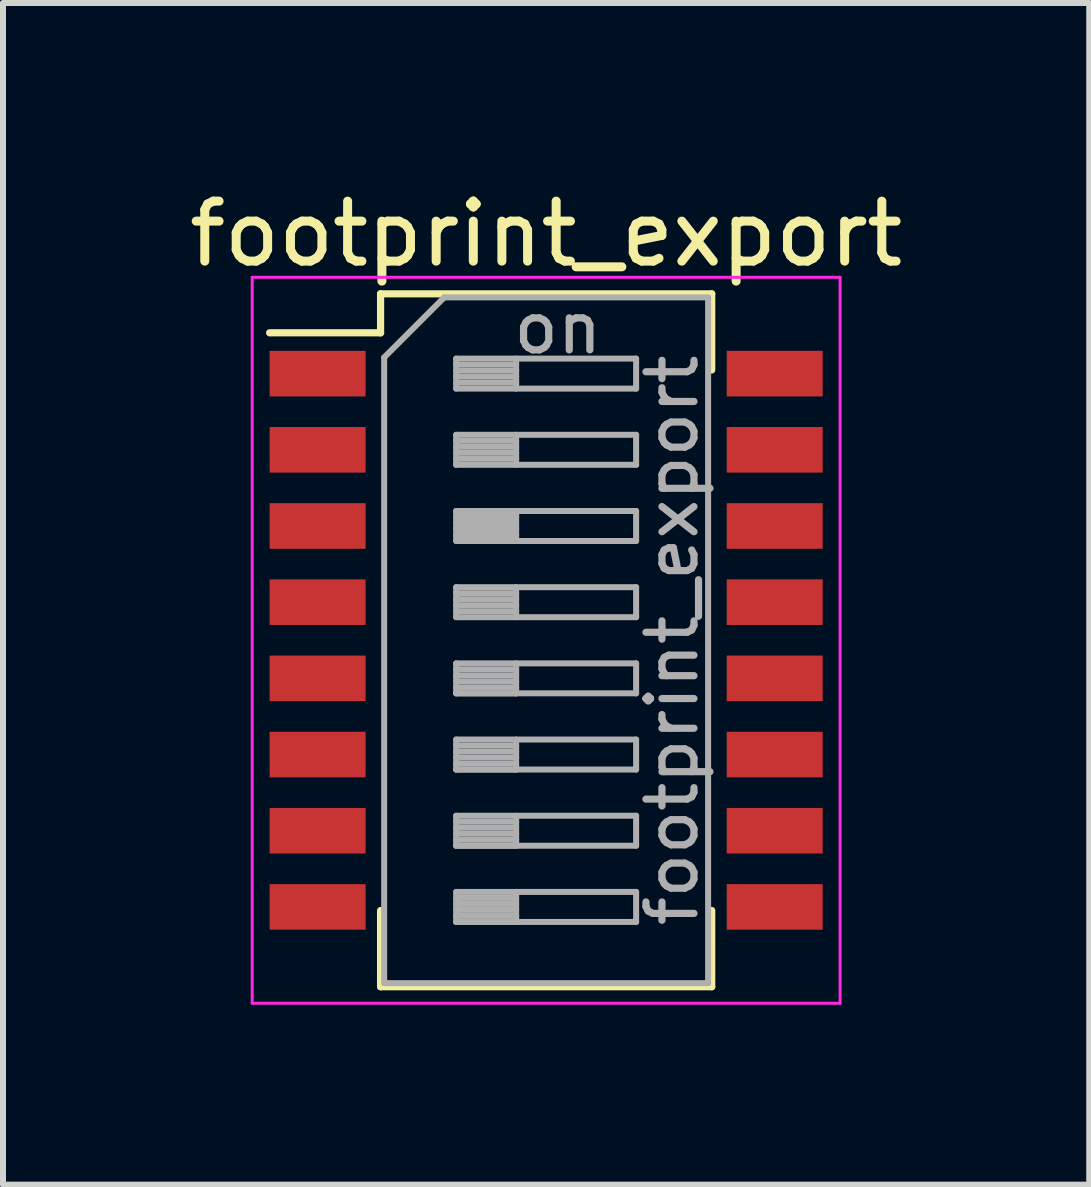
<source format=kicad_pcb>
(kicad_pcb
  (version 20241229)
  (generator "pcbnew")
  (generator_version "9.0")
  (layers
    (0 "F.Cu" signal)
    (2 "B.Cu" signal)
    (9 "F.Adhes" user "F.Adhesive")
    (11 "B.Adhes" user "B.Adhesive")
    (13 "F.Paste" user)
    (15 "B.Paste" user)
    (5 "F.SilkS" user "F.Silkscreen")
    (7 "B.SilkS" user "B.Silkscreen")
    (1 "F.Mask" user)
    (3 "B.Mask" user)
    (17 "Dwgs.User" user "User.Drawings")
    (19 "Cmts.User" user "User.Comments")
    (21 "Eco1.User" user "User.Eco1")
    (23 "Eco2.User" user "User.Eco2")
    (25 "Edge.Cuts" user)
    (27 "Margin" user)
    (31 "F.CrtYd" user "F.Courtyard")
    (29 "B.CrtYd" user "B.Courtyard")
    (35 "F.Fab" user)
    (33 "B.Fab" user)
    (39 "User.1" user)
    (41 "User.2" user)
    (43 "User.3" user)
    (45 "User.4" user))
  (footprint "footprint_export"
    (layer "F.Cu")
    (at 6.054 7.623)
    (property "Reference" "footprint_export" (at 0 -6.775 0) (layer "F.SilkS") (effects (font (size 1 1) (thickness 0.15))))
    (attr smd)
    (fp_line (start -4.61 -5.125) (end -2.76 -5.125) (stroke (width 0.12) (type solid)) (layer "F.SilkS"))
    (fp_line (start -2.76 -5.775) (end -2.76 -5.125) (stroke (width 0.12) (type solid)) (layer "F.SilkS"))
    (fp_line (start -2.76 -5.775) (end 2.76 -5.775) (stroke (width 0.12) (type solid)) (layer "F.SilkS"))
    (fp_line (start -2.76 4.505) (end -2.76 5.775) (stroke (width 0.12) (type solid)) (layer "F.SilkS"))
    (fp_line (start -2.76 5.775) (end 2.76 5.775) (stroke (width 0.12) (type solid)) (layer "F.SilkS"))
    (fp_line (start 2.76 -5.775) (end 2.76 -4.506) (stroke (width 0.12) (type solid)) (layer "F.SilkS"))
    (fp_line (start 2.76 4.505) (end 2.76 5.775) (stroke (width 0.12) (type solid)) (layer "F.SilkS"))
    (fp_line (start -4.9 -6.05) (end -4.9 6.05) (stroke (width 0.05) (type solid)) (layer "F.CrtYd"))
    (fp_line (start -4.9 6.05) (end 4.9 6.05) (stroke (width 0.05) (type solid)) (layer "F.CrtYd"))
    (fp_line (start 4.9 -6.05) (end -4.9 -6.05) (stroke (width 0.05) (type solid)) (layer "F.CrtYd"))
    (fp_line (start 4.9 6.05) (end 4.9 -6.05) (stroke (width 0.05) (type solid)) (layer "F.CrtYd"))
    (fp_line (start -2.7 -4.715) (end -1.7 -5.715) (stroke (width 0.1) (type solid)) (layer "F.Fab"))
    (fp_line (start -2.7 5.715) (end -2.7 -4.715) (stroke (width 0.1) (type solid)) (layer "F.Fab"))
    (fp_line (start -1.7 -5.715) (end 2.7 -5.715) (stroke (width 0.1) (type solid)) (layer "F.Fab"))
    (fp_line (start -1.5 -4.695) (end -1.5 -4.195) (stroke (width 0.1) (type solid)) (layer "F.Fab"))
    (fp_line (start -1.5 -4.595) (end -0.5 -4.595) (stroke (width 0.1) (type solid)) (layer "F.Fab"))
    (fp_line (start -1.5 -4.495) (end -0.5 -4.495) (stroke (width 0.1) (type solid)) (layer "F.Fab"))
    (fp_line (start -1.5 -4.395) (end -0.5 -4.395) (stroke (width 0.1) (type solid)) (layer "F.Fab"))
    (fp_line (start -1.5 -4.295) (end -0.5 -4.295) (stroke (width 0.1) (type solid)) (layer "F.Fab"))
    (fp_line (start -1.5 -4.195) (end 1.5 -4.195) (stroke (width 0.1) (type solid)) (layer "F.Fab"))
    (fp_line (start -1.5 -3.425) (end -1.5 -2.925) (stroke (width 0.1) (type solid)) (layer "F.Fab"))
    (fp_line (start -1.5 -3.325) (end -0.5 -3.325) (stroke (width 0.1) (type solid)) (layer "F.Fab"))
    (fp_line (start -1.5 -3.225) (end -0.5 -3.225) (stroke (width 0.1) (type solid)) (layer "F.Fab"))
    (fp_line (start -1.5 -3.125) (end -0.5 -3.125) (stroke (width 0.1) (type solid)) (layer "F.Fab"))
    (fp_line (start -1.5 -3.025) (end -0.5 -3.025) (stroke (width 0.1) (type solid)) (layer "F.Fab"))
    (fp_line (start -1.5 -2.925) (end 1.5 -2.925) (stroke (width 0.1) (type solid)) (layer "F.Fab"))
    (fp_line (start -1.5 -2.155) (end -1.5 -1.655) (stroke (width 0.1) (type solid)) (layer "F.Fab"))
    (fp_line (start -1.5 -2.055) (end -0.5 -2.055) (stroke (width 0.1) (type solid)) (layer "F.Fab"))
    (fp_line (start -1.5 -1.955) (end -0.5 -1.955) (stroke (width 0.1) (type solid)) (layer "F.Fab"))
    (fp_line (start -1.5 -1.855) (end -0.5 -1.855) (stroke (width 0.1) (type solid)) (layer "F.Fab"))
    (fp_line (start -1.5 -1.755) (end -0.5 -1.755) (stroke (width 0.1) (type solid)) (layer "F.Fab"))
    (fp_line (start -1.5 -1.655) (end 1.5 -1.655) (stroke (width 0.1) (type solid)) (layer "F.Fab"))
    (fp_line (start -1.5 -0.885) (end -1.5 -0.385) (stroke (width 0.1) (type solid)) (layer "F.Fab"))
    (fp_line (start -1.5 -0.785) (end -0.5 -0.785) (stroke (width 0.1) (type solid)) (layer "F.Fab"))
    (fp_line (start -1.5 -0.685) (end -0.5 -0.685) (stroke (width 0.1) (type solid)) (layer "F.Fab"))
    (fp_line (start -1.5 -0.585) (end -0.5 -0.585) (stroke (width 0.1) (type solid)) (layer "F.Fab"))
    (fp_line (start -1.5 -0.485) (end -0.5 -0.485) (stroke (width 0.1) (type solid)) (layer "F.Fab"))
    (fp_line (start -1.5 -0.385) (end 1.5 -0.385) (stroke (width 0.1) (type solid)) (layer "F.Fab"))
    (fp_line (start -1.5 0.385) (end -1.5 0.885) (stroke (width 0.1) (type solid)) (layer "F.Fab"))
    (fp_line (start -1.5 0.485) (end -0.5 0.485) (stroke (width 0.1) (type solid)) (layer "F.Fab"))
    (fp_line (start -1.5 0.585) (end -0.5 0.585) (stroke (width 0.1) (type solid)) (layer "F.Fab"))
    (fp_line (start -1.5 0.685) (end -0.5 0.685) (stroke (width 0.1) (type solid)) (layer "F.Fab"))
    (fp_line (start -1.5 0.785) (end -0.5 0.785) (stroke (width 0.1) (type solid)) (layer "F.Fab"))
    (fp_line (start -1.5 0.885) (end -0.5 0.885) (stroke (width 0.1) (type solid)) (layer "F.Fab"))
    (fp_line (start -1.5 0.885) (end 1.5 0.885) (stroke (width 0.1) (type solid)) (layer "F.Fab"))
    (fp_line (start -1.5 1.655) (end -1.5 2.155) (stroke (width 0.1) (type solid)) (layer "F.Fab"))
    (fp_line (start -1.5 1.755) (end -0.5 1.755) (stroke (width 0.1) (type solid)) (layer "F.Fab"))
    (fp_line (start -1.5 1.855) (end -0.5 1.855) (stroke (width 0.1) (type solid)) (layer "F.Fab"))
    (fp_line (start -1.5 1.955) (end -0.5 1.955) (stroke (width 0.1) (type solid)) (layer "F.Fab"))
    (fp_line (start -1.5 2.055) (end -0.5 2.055) (stroke (width 0.1) (type solid)) (layer "F.Fab"))
    (fp_line (start -1.5 2.155) (end -0.5 2.155) (stroke (width 0.1) (type solid)) (layer "F.Fab"))
    (fp_line (start -1.5 2.155) (end 1.5 2.155) (stroke (width 0.1) (type solid)) (layer "F.Fab"))
    (fp_line (start -1.5 2.925) (end -1.5 3.425) (stroke (width 0.1) (type solid)) (layer "F.Fab"))
    (fp_line (start -1.5 3.025) (end -0.5 3.025) (stroke (width 0.1) (type solid)) (layer "F.Fab"))
    (fp_line (start -1.5 3.125) (end -0.5 3.125) (stroke (width 0.1) (type solid)) (layer "F.Fab"))
    (fp_line (start -1.5 3.225) (end -0.5 3.225) (stroke (width 0.1) (type solid)) (layer "F.Fab"))
    (fp_line (start -1.5 3.325) (end -0.5 3.325) (stroke (width 0.1) (type solid)) (layer "F.Fab"))
    (fp_line (start -1.5 3.425) (end -0.5 3.425) (stroke (width 0.1) (type solid)) (layer "F.Fab"))
    (fp_line (start -1.5 3.425) (end 1.5 3.425) (stroke (width 0.1) (type solid)) (layer "F.Fab"))
    (fp_line (start -1.5 4.195) (end -1.5 4.695) (stroke (width 0.1) (type solid)) (layer "F.Fab"))
    (fp_line (start -1.5 4.295) (end -0.5 4.295) (stroke (width 0.1) (type solid)) (layer "F.Fab"))
    (fp_line (start -1.5 4.395) (end -0.5 4.395) (stroke (width 0.1) (type solid)) (layer "F.Fab"))
    (fp_line (start -1.5 4.495) (end -0.5 4.495) (stroke (width 0.1) (type solid)) (layer "F.Fab"))
    (fp_line (start -1.5 4.595) (end -0.5 4.595) (stroke (width 0.1) (type solid)) (layer "F.Fab"))
    (fp_line (start -1.5 4.695) (end -0.5 4.695) (stroke (width 0.1) (type solid)) (layer "F.Fab"))
    (fp_line (start -1.5 4.695) (end 1.5 4.695) (stroke (width 0.1) (type solid)) (layer "F.Fab"))
    (fp_line (start -0.5 -4.695) (end -0.5 -4.195) (stroke (width 0.1) (type solid)) (layer "F.Fab"))
    (fp_line (start -0.5 -3.425) (end -0.5 -2.925) (stroke (width 0.1) (type solid)) (layer "F.Fab"))
    (fp_line (start -0.5 -2.155) (end -0.5 -1.655) (stroke (width 0.1) (type solid)) (layer "F.Fab"))
    (fp_line (start -0.5 -0.885) (end -0.5 -0.385) (stroke (width 0.1) (type solid)) (layer "F.Fab"))
    (fp_line (start -0.5 0.385) (end -0.5 0.885) (stroke (width 0.1) (type solid)) (layer "F.Fab"))
    (fp_line (start -0.5 1.655) (end -0.5 2.155) (stroke (width 0.1) (type solid)) (layer "F.Fab"))
    (fp_line (start -0.5 2.925) (end -0.5 3.425) (stroke (width 0.1) (type solid)) (layer "F.Fab"))
    (fp_line (start -0.5 4.195) (end -0.5 4.695) (stroke (width 0.1) (type solid)) (layer "F.Fab"))
    (fp_line (start 1.5 -4.695) (end -1.5 -4.695) (stroke (width 0.1) (type solid)) (layer "F.Fab"))
    (fp_line (start 1.5 -4.195) (end 1.5 -4.695) (stroke (width 0.1) (type solid)) (layer "F.Fab"))
    (fp_line (start 1.5 -3.425) (end -1.5 -3.425) (stroke (width 0.1) (type solid)) (layer "F.Fab"))
    (fp_line (start 1.5 -2.925) (end 1.5 -3.425) (stroke (width 0.1) (type solid)) (layer "F.Fab"))
    (fp_line (start 1.5 -2.155) (end -1.5 -2.155) (stroke (width 0.1) (type solid)) (layer "F.Fab"))
    (fp_line (start 1.5 -1.655) (end 1.5 -2.155) (stroke (width 0.1) (type solid)) (layer "F.Fab"))
    (fp_line (start 1.5 -0.885) (end -1.5 -0.885) (stroke (width 0.1) (type solid)) (layer "F.Fab"))
    (fp_line (start 1.5 -0.385) (end 1.5 -0.885) (stroke (width 0.1) (type solid)) (layer "F.Fab"))
    (fp_line (start 1.5 0.385) (end -1.5 0.385) (stroke (width 0.1) (type solid)) (layer "F.Fab"))
    (fp_line (start 1.5 0.885) (end 1.5 0.385) (stroke (width 0.1) (type solid)) (layer "F.Fab"))
    (fp_line (start 1.5 1.655) (end -1.5 1.655) (stroke (width 0.1) (type solid)) (layer "F.Fab"))
    (fp_line (start 1.5 2.155) (end 1.5 1.655) (stroke (width 0.1) (type solid)) (layer "F.Fab"))
    (fp_line (start 1.5 2.925) (end -1.5 2.925) (stroke (width 0.1) (type solid)) (layer "F.Fab"))
    (fp_line (start 1.5 3.425) (end 1.5 2.925) (stroke (width 0.1) (type solid)) (layer "F.Fab"))
    (fp_line (start 1.5 4.195) (end -1.5 4.195) (stroke (width 0.1) (type solid)) (layer "F.Fab"))
    (fp_line (start 1.5 4.695) (end 1.5 4.195) (stroke (width 0.1) (type solid)) (layer "F.Fab"))
    (fp_line (start 2.7 -5.715) (end 2.7 5.715) (stroke (width 0.1) (type solid)) (layer "F.Fab"))
    (fp_line (start 2.7 5.715) (end -2.7 5.715) (stroke (width 0.1) (type solid)) (layer "F.Fab"))
    (fp_text user "${REFERENCE}" (at 2.1 0 90) (layer "F.Fab") (effects (font (size 0.8 0.8) (thickness 0.12))))
    (fp_text user "on" (at 0.195 -5.205 0) (layer "F.Fab") (effects (font (size 0.8 0.8) (thickness 0.12))))
    (pad "1" smd rect (at -3.81 -4.445) (size 1.6 0.76) (layers "F.Cu" "F.Mask" "F.Paste"))
    (pad "2" smd rect (at -3.81 -3.175) (size 1.6 0.76) (layers "F.Cu" "F.Mask" "F.Paste"))
    (pad "3" smd rect (at -3.81 -1.905) (size 1.6 0.76) (layers "F.Cu" "F.Mask" "F.Paste"))
    (pad "4" smd rect (at -3.81 -0.635) (size 1.6 0.76) (layers "F.Cu" "F.Mask" "F.Paste"))
    (pad "5" smd rect (at -3.81 0.635) (size 1.6 0.76) (layers "F.Cu" "F.Mask" "F.Paste"))
    (pad "6" smd rect (at -3.81 1.905) (size 1.6 0.76) (layers "F.Cu" "F.Mask" "F.Paste"))
    (pad "7" smd rect (at -3.81 3.175) (size 1.6 0.76) (layers "F.Cu" "F.Mask" "F.Paste"))
    (pad "8" smd rect (at -3.81 4.445) (size 1.6 0.76) (layers "F.Cu" "F.Mask" "F.Paste"))
    (pad "9" smd rect (at 3.81 4.445) (size 1.6 0.76) (layers "F.Cu" "F.Mask" "F.Paste"))
    (pad "10" smd rect (at 3.81 3.175) (size 1.6 0.76) (layers "F.Cu" "F.Mask" "F.Paste"))
    (pad "11" smd rect (at 3.81 1.905) (size 1.6 0.76) (layers "F.Cu" "F.Mask" "F.Paste"))
    (pad "12" smd rect (at 3.81 0.635) (size 1.6 0.76) (layers "F.Cu" "F.Mask" "F.Paste"))
    (pad "13" smd rect (at 3.81 -0.635) (size 1.6 0.76) (layers "F.Cu" "F.Mask" "F.Paste"))
    (pad "14" smd rect (at 3.81 -1.905) (size 1.6 0.76) (layers "F.Cu" "F.Mask" "F.Paste"))
    (pad "15" smd rect (at 3.81 -3.175) (size 1.6 0.76) (layers "F.Cu" "F.Mask" "F.Paste"))
    (pad "16" smd rect (at 3.81 -4.445) (size 1.6 0.76) (layers "F.Cu" "F.Mask" "F.Paste")))
  (gr_rect
    (start -3 -3)
    (end 15.107 16.698)
    (stroke (width 0.1) (type default))
    (fill no)
    (layer "Edge.Cuts")))
</source>
